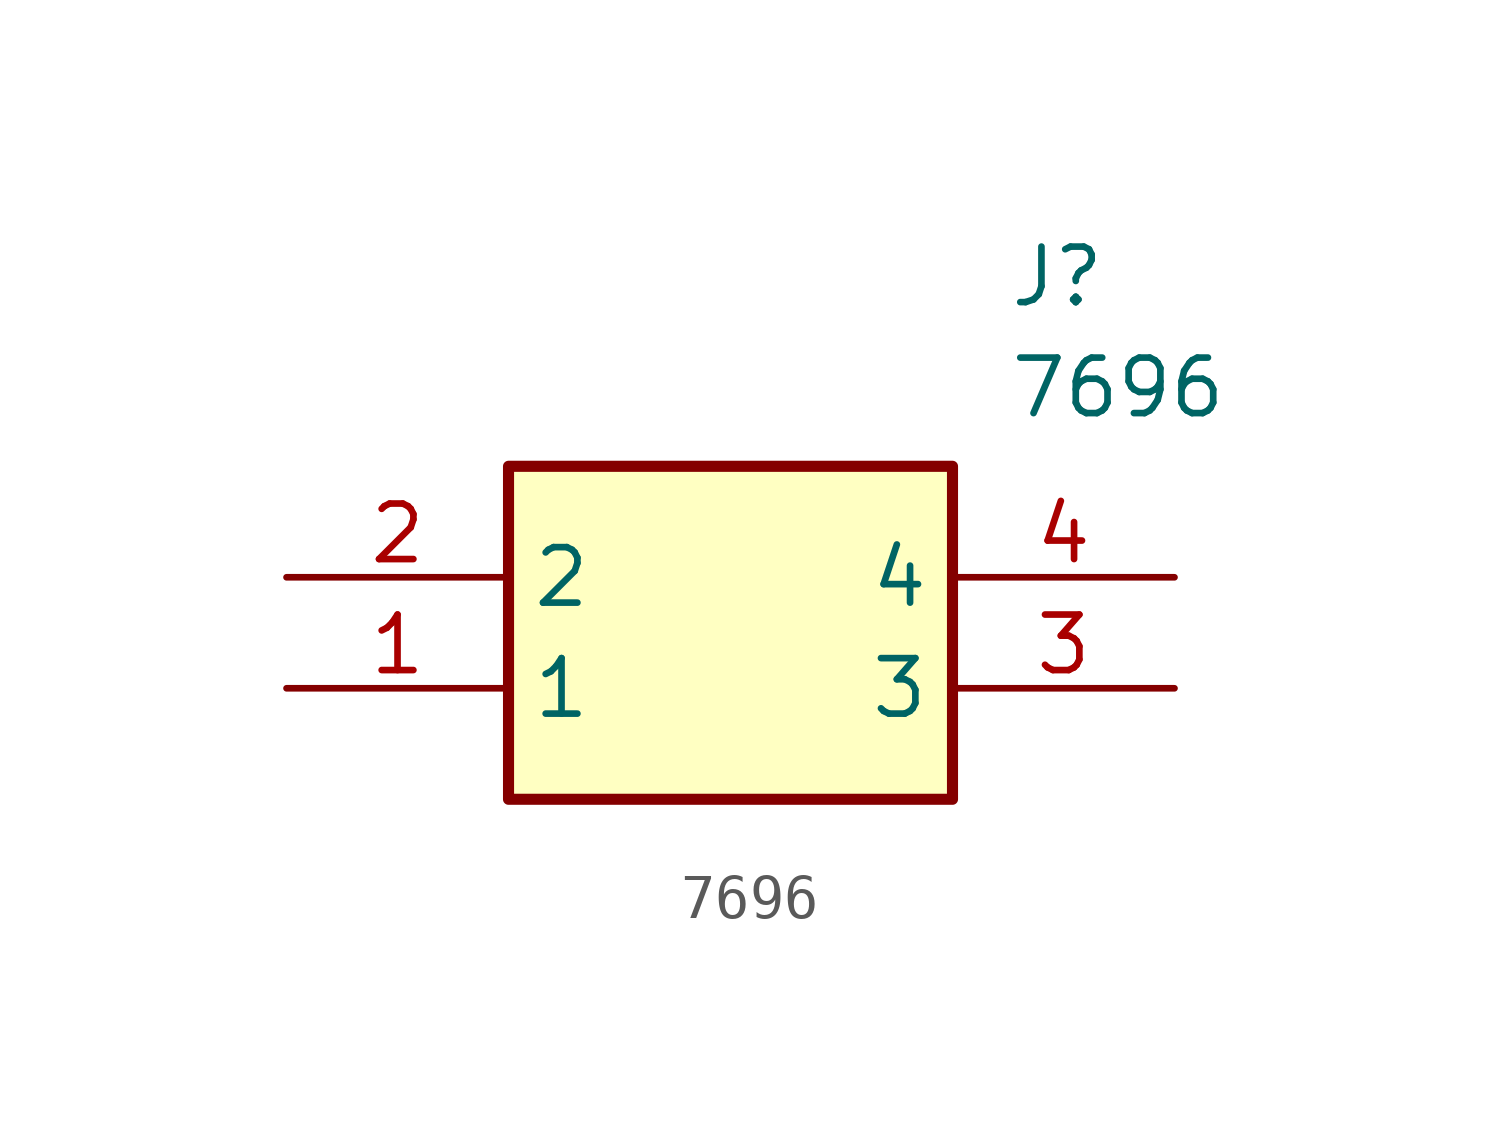
<source format=kicad_sym>
(kicad_symbol_lib
  (version 20211014)
  (generator SamacSys_ECAD_Model)
  (symbol "7696"
    (property "Reference" "J"
      (at 16.51 7.62 0)
      (effects (font (size 1.27 1.27)) (justify left top)))
    (property "Value" "7696"
      (at 16.51 5.08 0)
      (effects (font (size 1.27 1.27)) (justify left top)))
    (rectangle
      (start 5.08 2.54)
      (end 15.24 -5.08)
      (stroke (width 0.254) (type default))
      (fill (type background)))
    (pin passive line
      (at 0 -2.54 0)
      (length 5.08)
      (name "1" (effects (font (size 1.27 1.27))))
      (number "1" (effects (font (size 1.27 1.27)))))
    (pin passive line
      (at 0 0 0)
      (length 5.08)
      (name "2" (effects (font (size 1.27 1.27))))
      (number "2" (effects (font (size 1.27 1.27)))))
    (pin passive line
      (at 20.32 -2.54 180)
      (length 5.08)
      (name "3" (effects (font (size 1.27 1.27))))
      (number "3" (effects (font (size 1.27 1.27)))))
    (pin passive line
      (at 20.32 0 180)
      (length 5.08)
      (name "4" (effects (font (size 1.27 1.27))))
      (number "4" (effects (font (size 1.27 1.27)))))))
</source>
